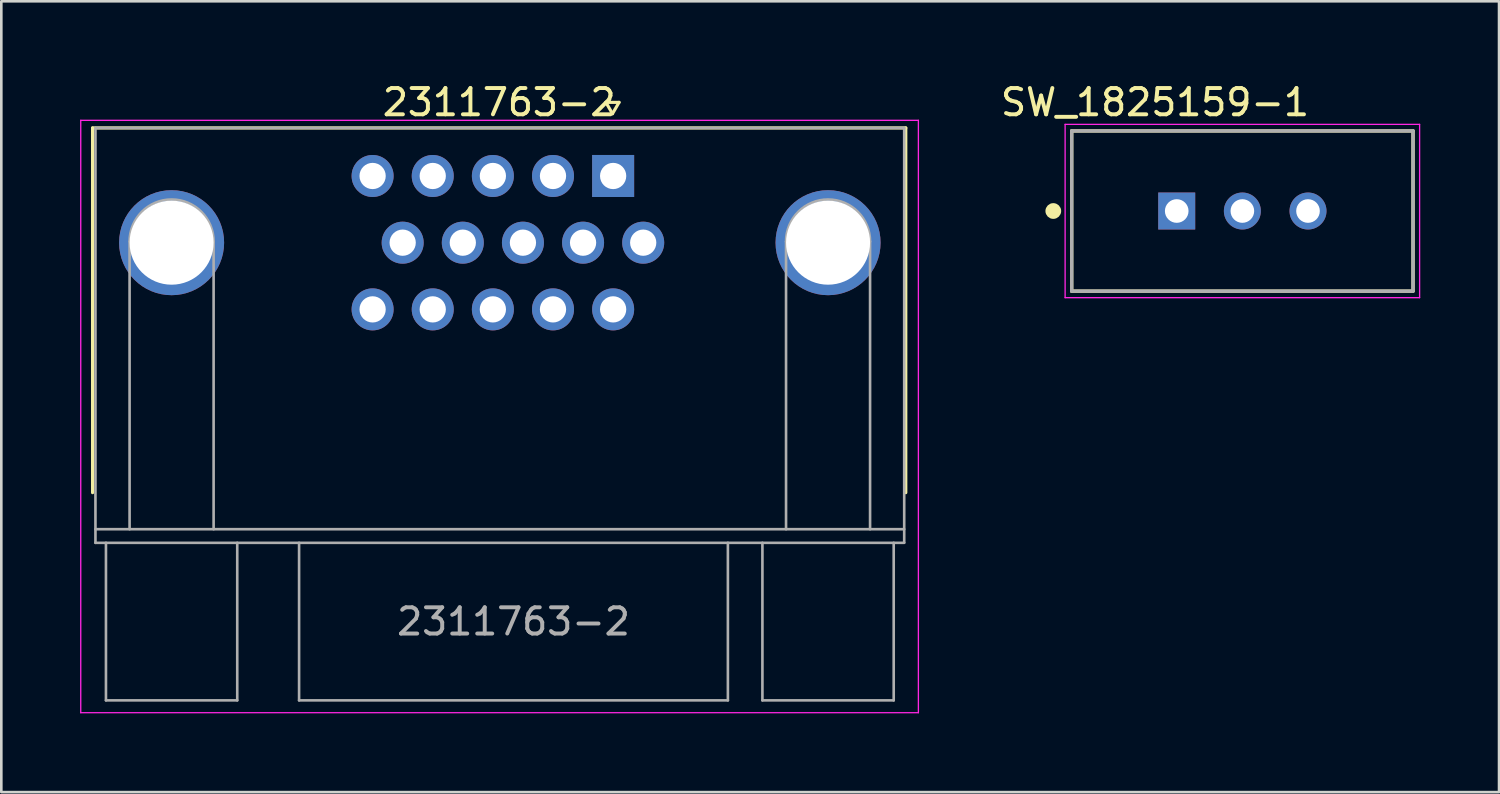
<source format=kicad_pcb>
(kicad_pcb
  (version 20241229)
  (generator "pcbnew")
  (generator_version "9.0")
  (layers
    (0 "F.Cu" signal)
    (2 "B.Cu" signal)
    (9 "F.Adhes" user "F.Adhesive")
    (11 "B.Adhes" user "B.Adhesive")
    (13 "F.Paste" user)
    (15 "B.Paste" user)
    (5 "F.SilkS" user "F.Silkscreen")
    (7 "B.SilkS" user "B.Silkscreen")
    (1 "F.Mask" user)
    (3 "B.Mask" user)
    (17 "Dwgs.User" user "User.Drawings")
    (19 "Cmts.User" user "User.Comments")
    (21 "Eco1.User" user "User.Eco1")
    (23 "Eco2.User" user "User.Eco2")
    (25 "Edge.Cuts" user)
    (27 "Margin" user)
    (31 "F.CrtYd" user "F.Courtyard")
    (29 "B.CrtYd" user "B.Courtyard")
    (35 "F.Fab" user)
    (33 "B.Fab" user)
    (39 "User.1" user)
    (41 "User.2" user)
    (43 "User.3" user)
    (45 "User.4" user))
  (footprint "2311763-2"
    (layer "F.Cu")
    (at 20.3 3.652)
    (property "Reference" "2311763-2" (at -4.34 -2.804 0) (layer "F.SilkS") (effects (font (size 1 1) (thickness 0.15))))
    (attr through_hole)
    (fp_line (start -19.825 -1.83) (end 11.145 -1.83) (stroke (width 0.12) (type solid)) (layer "F.SilkS"))
    (fp_line (start -19.825 12.06) (end -19.825 -1.83) (stroke (width 0.12) (type solid)) (layer "F.SilkS"))
    (fp_line (start -0.275 -2.804) (end 0.225 -2.804) (stroke (width 0.12) (type solid)) (layer "F.SilkS"))
    (fp_line (start -0.025 -2.371) (end -0.275 -2.804) (stroke (width 0.12) (type solid)) (layer "F.SilkS"))
    (fp_line (start 0.225 -2.804) (end -0.025 -2.371) (stroke (width 0.12) (type solid)) (layer "F.SilkS"))
    (fp_line (start 11.145 -1.83) (end 11.145 12.06) (stroke (width 0.12) (type solid)) (layer "F.SilkS"))
    (fp_line (start -20.275 -2.12) (end -20.275 20.44) (stroke (width 0.05) (type solid)) (layer "F.CrtYd"))
    (fp_line (start -20.275 20.44) (end 11.625 20.44) (stroke (width 0.05) (type solid)) (layer "F.CrtYd"))
    (fp_line (start 11.625 -2.12) (end -20.275 -2.12) (stroke (width 0.05) (type solid)) (layer "F.CrtYd"))
    (fp_line (start 11.625 20.44) (end 11.625 -2.12) (stroke (width 0.05) (type solid)) (layer "F.CrtYd"))
    (fp_line (start -19.715 -1.83) (end -19.715 13.97) (stroke (width 0.1) (type solid)) (layer "F.Fab"))
    (fp_line (start -19.715 13.452) (end 11.085 13.452) (stroke (width 0.1) (type solid)) (layer "F.Fab"))
    (fp_line (start -19.715 13.97) (end 11.085 13.97) (stroke (width 0.1) (type solid)) (layer "F.Fab"))
    (fp_line (start -19.315 19.97) (end -19.315 13.97) (stroke (width 0.1) (type default)) (layer "F.Fab"))
    (fp_line (start -18.415 13.452) (end -18.415 2.496) (stroke (width 0.1) (type solid)) (layer "F.Fab"))
    (fp_line (start -15.215 13.452) (end -15.215 2.496) (stroke (width 0.1) (type solid)) (layer "F.Fab"))
    (fp_line (start -14.315 19.97) (end -19.315 19.97) (stroke (width 0.1) (type solid)) (layer "F.Fab"))
    (fp_line (start -14.315 19.97) (end -14.315 13.97) (stroke (width 0.1) (type default)) (layer "F.Fab"))
    (fp_line (start -11.96 13.97) (end -11.96 19.97) (stroke (width 0.1) (type solid)) (layer "F.Fab"))
    (fp_line (start -11.96 19.97) (end 4.37 19.97) (stroke (width 0.1) (type solid)) (layer "F.Fab"))
    (fp_line (start 4.37 13.97) (end 4.37 19.97) (stroke (width 0.1) (type solid)) (layer "F.Fab"))
    (fp_line (start 5.685 19.97) (end 5.685 13.97) (stroke (width 0.1) (type default)) (layer "F.Fab"))
    (fp_line (start 6.585 13.452) (end 6.585 2.496) (stroke (width 0.1) (type solid)) (layer "F.Fab"))
    (fp_line (start 9.785 13.452) (end 9.785 2.496) (stroke (width 0.1) (type solid)) (layer "F.Fab"))
    (fp_line (start 10.685 19.97) (end 5.685 19.97) (stroke (width 0.1) (type solid)) (layer "F.Fab"))
    (fp_line (start 10.685 19.97) (end 10.685 13.97) (stroke (width 0.1) (type default)) (layer "F.Fab"))
    (fp_line (start 11.085 -1.83) (end -19.715 -1.83) (stroke (width 0.1) (type solid)) (layer "F.Fab"))
    (fp_line (start 11.085 13.96) (end 11.085 -1.83) (stroke (width 0.1) (type solid)) (layer "F.Fab"))
    (fp_arc (start -18.415 2.495542) (mid -16.815 0.895542) (end -15.215 2.495542) (stroke (width 0.1) (type solid)) (layer "F.Fab"))
    (fp_arc (start 6.585 2.495542) (mid 8.185 0.895542) (end 9.785 2.495542) (stroke (width 0.1) (type solid)) (layer "F.Fab"))
    (fp_text user "${REFERENCE}" (at -3.795 16.97 0) (layer "F.Fab") (effects (font (size 1 1) (thickness 0.15))))
    (pad "0" thru_hole circle (at -16.815 2.54) (size 4 4) (drill 3.2) (layers "*.Cu" "*.Mask"))
    (pad "0" thru_hole circle (at 8.185 2.54) (size 4 4) (drill 3.2) (layers "*.Cu" "*.Mask"))
    (pad "1" thru_hole rect (at 0 0) (size 1.6 1.6) (drill 1) (layers "*.Cu" "*.Mask"))
    (pad "2" thru_hole circle (at -2.29 0) (size 1.6 1.6) (drill 1) (layers "*.Cu" "*.Mask"))
    (pad "3" thru_hole circle (at -4.58 0) (size 1.6 1.6) (drill 1) (layers "*.Cu" "*.Mask"))
    (pad "4" thru_hole circle (at -6.87 0) (size 1.6 1.6) (drill 1) (layers "*.Cu" "*.Mask"))
    (pad "5" thru_hole circle (at -9.16 0) (size 1.6 1.6) (drill 1) (layers "*.Cu" "*.Mask"))
    (pad "6" thru_hole circle (at 1.145 2.54) (size 1.6 1.6) (drill 1) (layers "*.Cu" "*.Mask"))
    (pad "7" thru_hole circle (at -1.145 2.54) (size 1.6 1.6) (drill 1) (layers "*.Cu" "*.Mask"))
    (pad "8" thru_hole circle (at -3.435 2.54) (size 1.6 1.6) (drill 1) (layers "*.Cu" "*.Mask"))
    (pad "9" thru_hole circle (at -5.725 2.54) (size 1.6 1.6) (drill 1) (layers "*.Cu" "*.Mask"))
    (pad "10" thru_hole circle (at -8.015 2.54) (size 1.6 1.6) (drill 1) (layers "*.Cu" "*.Mask"))
    (pad "11" thru_hole circle (at 0 5.08) (size 1.6 1.6) (drill 1) (layers "*.Cu" "*.Mask"))
    (pad "12" thru_hole circle (at -2.29 5.08) (size 1.6 1.6) (drill 1) (layers "*.Cu" "*.Mask"))
    (pad "13" thru_hole circle (at -4.58 5.08) (size 1.6 1.6) (drill 1) (layers "*.Cu" "*.Mask"))
    (pad "14" thru_hole circle (at -6.87 5.08) (size 1.6 1.6) (drill 1) (layers "*.Cu" "*.Mask"))
    (pad "15" thru_hole circle (at -9.16 5.08) (size 1.6 1.6) (drill 1) (layers "*.Cu" "*.Mask")))
  (footprint "SW_1825159-1"
    (layer "F.Cu")
    (at 44.263 4.986)
    (property "Reference" "SW_1825159-1" (at -3.327 -4.138 0) (layer "F.SilkS") (effects (font (size 1.001 1.001) (thickness 0.15))))
    (attr through_hole)
    (fp_line (start -6.5 -3.05) (end -6.5 3.05) (stroke (width 0.127) (type solid)) (layer "F.SilkS"))
    (fp_line (start -6.5 3.05) (end 6.5 3.05) (stroke (width 0.127) (type solid)) (layer "F.SilkS"))
    (fp_line (start 6.5 -3.05) (end -6.5 -3.05) (stroke (width 0.127) (type solid)) (layer "F.SilkS"))
    (fp_line (start 6.5 3.05) (end 6.5 -3.05) (stroke (width 0.127) (type solid)) (layer "F.SilkS"))
    (fp_circle (center -7.2 0) (end -7.05 0) (stroke (width 0.3) (type solid)) (fill no) (layer "F.SilkS"))
    (fp_line (start -6.75 -3.3) (end 6.75 -3.3) (stroke (width 0.05) (type solid)) (layer "F.CrtYd"))
    (fp_line (start -6.75 3.3) (end -6.75 -3.3) (stroke (width 0.05) (type solid)) (layer "F.CrtYd"))
    (fp_line (start 6.75 -3.3) (end 6.75 3.3) (stroke (width 0.05) (type solid)) (layer "F.CrtYd"))
    (fp_line (start 6.75 3.3) (end -6.75 3.3) (stroke (width 0.05) (type solid)) (layer "F.CrtYd"))
    (fp_line (start -6.5 -3.05) (end 6.5 -3.05) (stroke (width 0.127) (type solid)) (layer "F.Fab"))
    (fp_line (start -6.5 3.05) (end -6.5 -3.05) (stroke (width 0.127) (type solid)) (layer "F.Fab"))
    (fp_line (start 6.5 -3.05) (end 6.5 3.05) (stroke (width 0.127) (type solid)) (layer "F.Fab"))
    (fp_line (start 6.5 3.05) (end -6.5 3.05) (stroke (width 0.127) (type solid)) (layer "F.Fab"))
    (pad "1" thru_hole rect (at -2.5 0) (size 1.408 1.408) (drill 0.9) (layers "*.Cu" "*.Mask"))
    (pad "2" thru_hole circle (at 0 0) (size 1.408 1.408) (drill 0.9) (layers "*.Cu" "*.Mask"))
    (pad "3" thru_hole circle (at 2.5 0) (size 1.408 1.408) (drill 0.9) (layers "*.Cu" "*.Mask")))
  (gr_rect
    (start -3 -3)
    (end 54.038 27.117)
    (stroke (width 0.1) (type default))
    (fill no)
    (layer "Edge.Cuts")))
</source>
